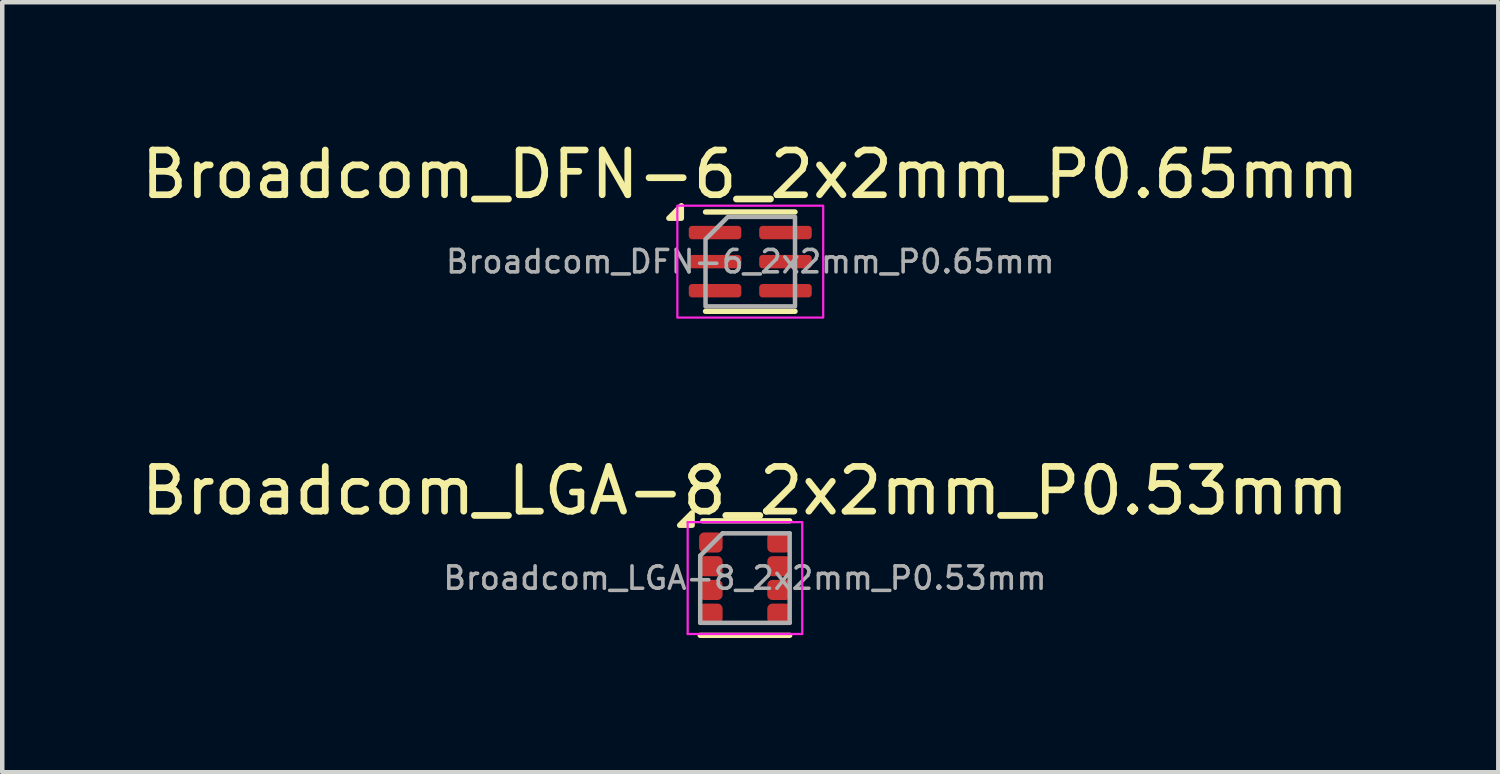
<source format=kicad_pcb>
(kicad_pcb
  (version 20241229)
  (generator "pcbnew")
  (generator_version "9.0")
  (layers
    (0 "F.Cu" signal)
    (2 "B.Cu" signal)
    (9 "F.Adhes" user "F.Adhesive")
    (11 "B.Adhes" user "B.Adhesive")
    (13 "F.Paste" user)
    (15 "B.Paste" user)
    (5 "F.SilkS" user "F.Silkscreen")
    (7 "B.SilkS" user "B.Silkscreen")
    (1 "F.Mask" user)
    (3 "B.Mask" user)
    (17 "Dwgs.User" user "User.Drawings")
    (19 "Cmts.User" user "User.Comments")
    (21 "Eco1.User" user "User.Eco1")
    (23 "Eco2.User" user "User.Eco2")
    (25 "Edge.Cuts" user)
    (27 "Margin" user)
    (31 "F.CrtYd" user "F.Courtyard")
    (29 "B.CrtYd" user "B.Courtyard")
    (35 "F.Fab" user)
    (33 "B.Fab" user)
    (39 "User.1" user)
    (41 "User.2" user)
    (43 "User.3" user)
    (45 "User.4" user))
  (footprint "Broadcom_LGA-8_2x2mm_P0.53mm"
    (layer "F.Cu")
    (at 13.601 9.871)
    (property "Reference" "Broadcom_LGA-8_2x2mm_P0.53mm" (at 0 -1.95 0) (layer "F.SilkS") (effects (font (size 1 1) (thickness 0.15))))
    (attr smd)
    (fp_line (start -1 1.28) (end 1 1.28) (stroke (width 0.12) (type solid)) (layer "F.SilkS"))
    (fp_line (start -0.94 -1.28) (end 1 -1.28) (stroke (width 0.12) (type solid)) (layer "F.SilkS"))
    (fp_poly (pts (xy -1.18 -1.18) (xy -1.46 -1.18) (xy -1.18 -1.46) (xy -1.18 -1.18)) (stroke (width 0.12) (type solid)) (fill yes) (layer "F.SilkS"))
    (fp_line (start -1.28 -1.25) (end -1.28 1.25) (stroke (width 0.05) (type solid)) (layer "F.CrtYd"))
    (fp_line (start -1.28 1.25) (end 1.28 1.25) (stroke (width 0.05) (type solid)) (layer "F.CrtYd"))
    (fp_line (start 1.28 -1.25) (end -1.28 -1.25) (stroke (width 0.05) (type solid)) (layer "F.CrtYd"))
    (fp_line (start 1.28 1.25) (end 1.28 -1.25) (stroke (width 0.05) (type solid)) (layer "F.CrtYd"))
    (fp_line (start -1 -0.5) (end -0.5 -1) (stroke (width 0.1) (type solid)) (layer "F.Fab"))
    (fp_line (start -1 1) (end -1 -0.5) (stroke (width 0.1) (type solid)) (layer "F.Fab"))
    (fp_line (start -0.5 -1) (end 1 -1) (stroke (width 0.1) (type solid)) (layer "F.Fab"))
    (fp_line (start 1 -1) (end 1 1) (stroke (width 0.1) (type solid)) (layer "F.Fab"))
    (fp_line (start 1 1) (end -1 1) (stroke (width 0.1) (type solid)) (layer "F.Fab"))
    (fp_text user "${REFERENCE}" (at 0 0 0) (layer "F.Fab") (effects (font (size 0.5 0.5) (thickness 0.08))))
    (pad "1" smd roundrect (at -0.762 -0.795) (size 0.525 0.45) (layers "F.Cu" "F.Mask" "F.Paste") (roundrect_rratio 0.25))
    (pad "2" smd roundrect (at -0.762 -0.265) (size 0.525 0.45) (layers "F.Cu" "F.Mask" "F.Paste") (roundrect_rratio 0.25))
    (pad "3" smd roundrect (at -0.762 0.265) (size 0.525 0.45) (layers "F.Cu" "F.Mask" "F.Paste") (roundrect_rratio 0.25))
    (pad "4" smd roundrect (at -0.762 0.795) (size 0.525 0.45) (layers "F.Cu" "F.Mask" "F.Paste") (roundrect_rratio 0.25))
    (pad "5" smd roundrect (at 0.762 0.795) (size 0.525 0.45) (layers "F.Cu" "F.Mask" "F.Paste") (roundrect_rratio 0.25))
    (pad "6" smd roundrect (at 0.762 0.265) (size 0.525 0.45) (layers "F.Cu" "F.Mask" "F.Paste") (roundrect_rratio 0.25))
    (pad "7" smd roundrect (at 0.762 -0.265) (size 0.525 0.45) (layers "F.Cu" "F.Mask" "F.Paste") (roundrect_rratio 0.25))
    (pad "8" smd roundrect (at 0.762 -0.795) (size 0.525 0.45) (layers "F.Cu" "F.Mask" "F.Paste") (roundrect_rratio 0.25)))
  (footprint "Broadcom_DFN-6_2x2mm_P0.65mm"
    (layer "F.Cu")
    (at 13.72 2.798)
    (property "Reference" "Broadcom_DFN-6_2x2mm_P0.65mm" (at 0 -1.95 0) (layer "F.SilkS") (effects (font (size 1 1) (thickness 0.15))))
    (attr smd)
    (fp_line (start -1 -1.11) (end 1 -1.11) (stroke (width 0.12) (type solid)) (layer "F.SilkS"))
    (fp_line (start -1 1.11) (end 1 1.11) (stroke (width 0.12) (type solid)) (layer "F.SilkS"))
    (fp_poly (pts (xy -1.54 -0.97) (xy -1.82 -0.97) (xy -1.54 -1.25)) (stroke (width 0.12) (type solid)) (fill yes) (layer "F.SilkS"))
    (fp_rect (start -1.63 -1.25) (end 1.63 1.25) (stroke (width 0.05) (type solid)) (fill no) (layer "F.CrtYd"))
    (fp_poly (pts (xy -1 -0.5) (xy -1 1) (xy 1 1) (xy 1 -1) (xy -0.5 -1)) (stroke (width 0.1) (type solid)) (fill no) (layer "F.Fab"))
    (fp_text user "${REFERENCE}" (at 0 0 0) (layer "F.Fab") (effects (font (size 0.5 0.5) (thickness 0.08))))
    (pad "1" smd roundrect (at -0.787 -0.65) (size 1.175 0.3) (layers "F.Cu" "F.Mask" "F.Paste") (roundrect_rratio 0.25))
    (pad "2" smd roundrect (at -0.787 0) (size 1.175 0.3) (layers "F.Cu" "F.Mask" "F.Paste") (roundrect_rratio 0.25))
    (pad "3" smd roundrect (at -0.787 0.65) (size 1.175 0.3) (layers "F.Cu" "F.Mask" "F.Paste") (roundrect_rratio 0.25))
    (pad "4" smd roundrect (at 0.787 0.65) (size 1.175 0.3) (layers "F.Cu" "F.Mask" "F.Paste") (roundrect_rratio 0.25))
    (pad "5" smd roundrect (at 0.787 0) (size 1.175 0.3) (layers "F.Cu" "F.Mask" "F.Paste") (roundrect_rratio 0.25))
    (pad "6" smd roundrect (at 0.787 -0.65) (size 1.175 0.3) (layers "F.Cu" "F.Mask" "F.Paste") (roundrect_rratio 0.25)))
  (gr_rect
    (start -3 -3)
    (end 30.44 14.211)
    (stroke (width 0.1) (type default))
    (fill no)
    (layer "Edge.Cuts")))
</source>
